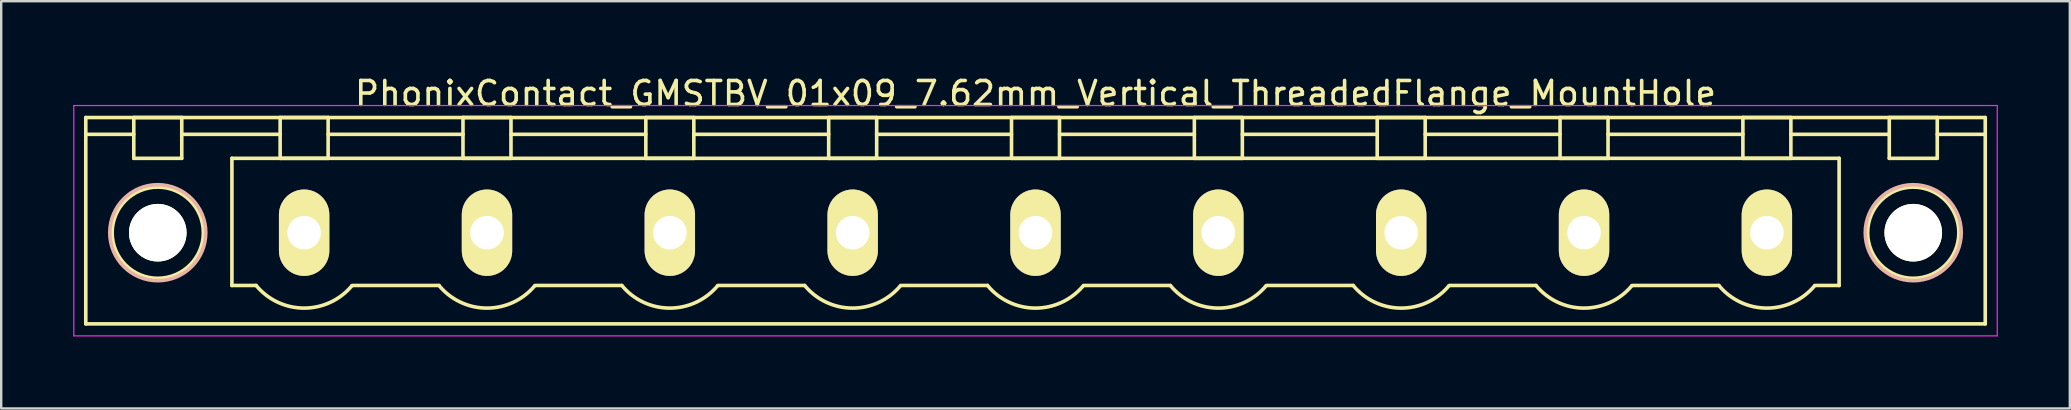
<source format=kicad_pcb>
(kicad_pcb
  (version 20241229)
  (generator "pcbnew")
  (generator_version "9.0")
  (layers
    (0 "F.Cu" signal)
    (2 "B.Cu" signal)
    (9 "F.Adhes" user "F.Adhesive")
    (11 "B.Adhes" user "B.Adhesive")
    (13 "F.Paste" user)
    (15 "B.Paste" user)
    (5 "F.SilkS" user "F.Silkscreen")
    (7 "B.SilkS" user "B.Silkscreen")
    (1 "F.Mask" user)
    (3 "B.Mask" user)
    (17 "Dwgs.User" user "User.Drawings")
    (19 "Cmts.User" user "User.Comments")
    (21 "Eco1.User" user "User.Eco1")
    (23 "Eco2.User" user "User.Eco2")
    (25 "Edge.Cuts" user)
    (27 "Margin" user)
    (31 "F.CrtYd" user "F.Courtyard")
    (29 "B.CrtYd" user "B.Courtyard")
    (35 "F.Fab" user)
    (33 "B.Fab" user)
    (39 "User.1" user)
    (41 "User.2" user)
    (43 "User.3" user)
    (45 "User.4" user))
  (footprint "PhonixContact_GMSTBV_01x09_7.62mm_Vertical_ThreadedFlange_MountHole"
    (layer "F.Cu")
    (at 9.625 6.648)
    (property "Reference" "PhonixContact_GMSTBV_01x09_7.62mm_Vertical_ThreadedFlange_MountHole" (at 30.48 -5.8 0) (layer "F.SilkS") (effects (font (size 1 1) (thickness 0.15))))
    (attr through_hole)
    (fp_line (start -9.1 -4.8) (end -9.1 3.8) (stroke (width 0.15) (type solid)) (layer "F.SilkS"))
    (fp_line (start -9.1 -4.1) (end -7.1 -4.1) (stroke (width 0.15) (type solid)) (layer "F.SilkS"))
    (fp_line (start -9.1 3.8) (end 70.06 3.8) (stroke (width 0.15) (type solid)) (layer "F.SilkS"))
    (fp_line (start -7.1 -4.8) (end -5.1 -4.8) (stroke (width 0.15) (type solid)) (layer "F.SilkS"))
    (fp_line (start -7.1 -3.1) (end -7.1 -4.8) (stroke (width 0.15) (type solid)) (layer "F.SilkS"))
    (fp_line (start -5.1 -4.8) (end -5.1 -3.1) (stroke (width 0.15) (type solid)) (layer "F.SilkS"))
    (fp_line (start -5.1 -4.1) (end -1 -4.1) (stroke (width 0.15) (type solid)) (layer "F.SilkS"))
    (fp_line (start -5.1 -3.1) (end -7.1 -3.1) (stroke (width 0.15) (type solid)) (layer "F.SilkS"))
    (fp_line (start -3.01 -3.1) (end 63.97 -3.1) (stroke (width 0.15) (type solid)) (layer "F.SilkS"))
    (fp_line (start -3.01 2.2) (end -3.01 -3.1) (stroke (width 0.15) (type solid)) (layer "F.SilkS"))
    (fp_line (start -2 2.2) (end -3.01 2.2) (stroke (width 0.15) (type solid)) (layer "F.SilkS"))
    (fp_line (start -1 -4.8) (end 1 -4.8) (stroke (width 0.15) (type solid)) (layer "F.SilkS"))
    (fp_line (start -1 -3.1) (end -1 -4.8) (stroke (width 0.15) (type solid)) (layer "F.SilkS"))
    (fp_line (start 1 -4.8) (end 1 -3.1) (stroke (width 0.15) (type solid)) (layer "F.SilkS"))
    (fp_line (start 1 -4.1) (end 6.62 -4.1) (stroke (width 0.15) (type solid)) (layer "F.SilkS"))
    (fp_line (start 1 -3.1) (end -1 -3.1) (stroke (width 0.15) (type solid)) (layer "F.SilkS"))
    (fp_line (start 2 2.2) (end 5.62 2.2) (stroke (width 0.15) (type solid)) (layer "F.SilkS"))
    (fp_line (start 6.62 -4.8) (end 8.62 -4.8) (stroke (width 0.15) (type solid)) (layer "F.SilkS"))
    (fp_line (start 6.62 -3.1) (end 6.62 -4.8) (stroke (width 0.15) (type solid)) (layer "F.SilkS"))
    (fp_line (start 8.62 -4.8) (end 8.62 -3.1) (stroke (width 0.15) (type solid)) (layer "F.SilkS"))
    (fp_line (start 8.62 -4.1) (end 14.24 -4.1) (stroke (width 0.15) (type solid)) (layer "F.SilkS"))
    (fp_line (start 8.62 -3.1) (end 6.62 -3.1) (stroke (width 0.15) (type solid)) (layer "F.SilkS"))
    (fp_line (start 9.62 2.2) (end 13.24 2.2) (stroke (width 0.15) (type solid)) (layer "F.SilkS"))
    (fp_line (start 14.24 -4.8) (end 16.24 -4.8) (stroke (width 0.15) (type solid)) (layer "F.SilkS"))
    (fp_line (start 14.24 -3.1) (end 14.24 -4.8) (stroke (width 0.15) (type solid)) (layer "F.SilkS"))
    (fp_line (start 16.24 -4.8) (end 16.24 -3.1) (stroke (width 0.15) (type solid)) (layer "F.SilkS"))
    (fp_line (start 16.24 -4.1) (end 21.86 -4.1) (stroke (width 0.15) (type solid)) (layer "F.SilkS"))
    (fp_line (start 16.24 -3.1) (end 14.24 -3.1) (stroke (width 0.15) (type solid)) (layer "F.SilkS"))
    (fp_line (start 17.24 2.2) (end 20.86 2.2) (stroke (width 0.15) (type solid)) (layer "F.SilkS"))
    (fp_line (start 21.86 -4.8) (end 23.86 -4.8) (stroke (width 0.15) (type solid)) (layer "F.SilkS"))
    (fp_line (start 21.86 -3.1) (end 21.86 -4.8) (stroke (width 0.15) (type solid)) (layer "F.SilkS"))
    (fp_line (start 23.86 -4.8) (end 23.86 -3.1) (stroke (width 0.15) (type solid)) (layer "F.SilkS"))
    (fp_line (start 23.86 -4.1) (end 29.48 -4.1) (stroke (width 0.15) (type solid)) (layer "F.SilkS"))
    (fp_line (start 23.86 -3.1) (end 21.86 -3.1) (stroke (width 0.15) (type solid)) (layer "F.SilkS"))
    (fp_line (start 24.86 2.2) (end 28.48 2.2) (stroke (width 0.15) (type solid)) (layer "F.SilkS"))
    (fp_line (start 29.48 -4.8) (end 31.48 -4.8) (stroke (width 0.15) (type solid)) (layer "F.SilkS"))
    (fp_line (start 29.48 -3.1) (end 29.48 -4.8) (stroke (width 0.15) (type solid)) (layer "F.SilkS"))
    (fp_line (start 31.48 -4.8) (end 31.48 -3.1) (stroke (width 0.15) (type solid)) (layer "F.SilkS"))
    (fp_line (start 31.48 -4.1) (end 37.1 -4.1) (stroke (width 0.15) (type solid)) (layer "F.SilkS"))
    (fp_line (start 31.48 -3.1) (end 29.48 -3.1) (stroke (width 0.15) (type solid)) (layer "F.SilkS"))
    (fp_line (start 32.48 2.2) (end 36.1 2.2) (stroke (width 0.15) (type solid)) (layer "F.SilkS"))
    (fp_line (start 37.1 -4.8) (end 39.1 -4.8) (stroke (width 0.15) (type solid)) (layer "F.SilkS"))
    (fp_line (start 37.1 -3.1) (end 37.1 -4.8) (stroke (width 0.15) (type solid)) (layer "F.SilkS"))
    (fp_line (start 39.1 -4.8) (end 39.1 -3.1) (stroke (width 0.15) (type solid)) (layer "F.SilkS"))
    (fp_line (start 39.1 -4.1) (end 44.72 -4.1) (stroke (width 0.15) (type solid)) (layer "F.SilkS"))
    (fp_line (start 39.1 -3.1) (end 37.1 -3.1) (stroke (width 0.15) (type solid)) (layer "F.SilkS"))
    (fp_line (start 40.1 2.2) (end 43.72 2.2) (stroke (width 0.15) (type solid)) (layer "F.SilkS"))
    (fp_line (start 44.72 -4.8) (end 46.72 -4.8) (stroke (width 0.15) (type solid)) (layer "F.SilkS"))
    (fp_line (start 44.72 -3.1) (end 44.72 -4.8) (stroke (width 0.15) (type solid)) (layer "F.SilkS"))
    (fp_line (start 46.72 -4.8) (end 46.72 -3.1) (stroke (width 0.15) (type solid)) (layer "F.SilkS"))
    (fp_line (start 46.72 -4.1) (end 52.34 -4.1) (stroke (width 0.15) (type solid)) (layer "F.SilkS"))
    (fp_line (start 46.72 -3.1) (end 44.72 -3.1) (stroke (width 0.15) (type solid)) (layer "F.SilkS"))
    (fp_line (start 47.72 2.2) (end 51.34 2.2) (stroke (width 0.15) (type solid)) (layer "F.SilkS"))
    (fp_line (start 52.34 -4.8) (end 54.34 -4.8) (stroke (width 0.15) (type solid)) (layer "F.SilkS"))
    (fp_line (start 52.34 -3.1) (end 52.34 -4.8) (stroke (width 0.15) (type solid)) (layer "F.SilkS"))
    (fp_line (start 54.34 -4.8) (end 54.34 -3.1) (stroke (width 0.15) (type solid)) (layer "F.SilkS"))
    (fp_line (start 54.34 -4.1) (end 59.96 -4.1) (stroke (width 0.15) (type solid)) (layer "F.SilkS"))
    (fp_line (start 54.34 -3.1) (end 52.34 -3.1) (stroke (width 0.15) (type solid)) (layer "F.SilkS"))
    (fp_line (start 55.34 2.2) (end 58.96 2.2) (stroke (width 0.15) (type solid)) (layer "F.SilkS"))
    (fp_line (start 59.96 -4.8) (end 61.96 -4.8) (stroke (width 0.15) (type solid)) (layer "F.SilkS"))
    (fp_line (start 59.96 -3.1) (end 59.96 -4.8) (stroke (width 0.15) (type solid)) (layer "F.SilkS"))
    (fp_line (start 61.96 -4.8) (end 61.96 -3.1) (stroke (width 0.15) (type solid)) (layer "F.SilkS"))
    (fp_line (start 61.96 -4.1) (end 66.06 -4.1) (stroke (width 0.15) (type solid)) (layer "F.SilkS"))
    (fp_line (start 61.96 -3.1) (end 59.96 -3.1) (stroke (width 0.15) (type solid)) (layer "F.SilkS"))
    (fp_line (start 63.97 -3.1) (end 63.97 2.2) (stroke (width 0.15) (type solid)) (layer "F.SilkS"))
    (fp_line (start 63.97 2.2) (end 62.96 2.2) (stroke (width 0.15) (type solid)) (layer "F.SilkS"))
    (fp_line (start 66.06 -4.8) (end 68.06 -4.8) (stroke (width 0.15) (type solid)) (layer "F.SilkS"))
    (fp_line (start 66.06 -3.1) (end 66.06 -4.8) (stroke (width 0.15) (type solid)) (layer "F.SilkS"))
    (fp_line (start 68.06 -4.8) (end 68.06 -3.1) (stroke (width 0.15) (type solid)) (layer "F.SilkS"))
    (fp_line (start 68.06 -3.1) (end 66.06 -3.1) (stroke (width 0.15) (type solid)) (layer "F.SilkS"))
    (fp_line (start 70.06 -4.8) (end -9.1 -4.8) (stroke (width 0.15) (type solid)) (layer "F.SilkS"))
    (fp_line (start 70.06 -4.1) (end 68.06 -4.1) (stroke (width 0.15) (type solid)) (layer "F.SilkS"))
    (fp_line (start 70.06 3.8) (end 70.06 -4.8) (stroke (width 0.15) (type solid)) (layer "F.SilkS"))
    (fp_arc (start 1.986842 2.215821) (mid -0.010289 3.142758) (end -2 2.2) (stroke (width 0.15) (type solid)) (layer "F.SilkS"))
    (fp_arc (start 9.606842 2.215821) (mid 7.609711 3.142758) (end 5.62 2.2) (stroke (width 0.15) (type solid)) (layer "F.SilkS"))
    (fp_arc (start 17.226842 2.215821) (mid 15.229711 3.142758) (end 13.24 2.2) (stroke (width 0.15) (type solid)) (layer "F.SilkS"))
    (fp_arc (start 24.846842 2.215821) (mid 22.849711 3.142758) (end 20.86 2.2) (stroke (width 0.15) (type solid)) (layer "F.SilkS"))
    (fp_arc (start 32.466842 2.215821) (mid 30.469711 3.142758) (end 28.48 2.2) (stroke (width 0.15) (type solid)) (layer "F.SilkS"))
    (fp_arc (start 40.086842 2.215821) (mid 38.089711 3.142758) (end 36.1 2.2) (stroke (width 0.15) (type solid)) (layer "F.SilkS"))
    (fp_arc (start 47.706842 2.215821) (mid 45.709711 3.142758) (end 43.72 2.2) (stroke (width 0.15) (type solid)) (layer "F.SilkS"))
    (fp_arc (start 55.326842 2.215821) (mid 53.329711 3.142758) (end 51.34 2.2) (stroke (width 0.15) (type solid)) (layer "F.SilkS"))
    (fp_arc (start 62.946842 2.215821) (mid 60.949711 3.142758) (end 58.96 2.2) (stroke (width 0.15) (type solid)) (layer "F.SilkS"))
    (fp_circle (center -6.1 0) (end -5.1 0) (stroke (width 0.15) (type solid)) (fill no) (layer "F.SilkS"))
    (fp_circle (center -6.1 0) (end -4.2 0) (stroke (width 0.15) (type solid)) (fill no) (layer "F.SilkS"))
    (fp_circle (center 67.06 0) (end 68.06 0) (stroke (width 0.15) (type solid)) (fill no) (layer "F.SilkS"))
    (fp_circle (center 67.06 0) (end 68.96 0) (stroke (width 0.15) (type solid)) (fill no) (layer "F.SilkS"))
    (fp_circle (center -6.1 0) (end -4.1 0) (stroke (width 0.15) (type solid)) (fill no) (layer "B.SilkS"))
    (fp_circle (center 67.06 0) (end 69.06 0) (stroke (width 0.15) (type solid)) (fill no) (layer "B.SilkS"))
    (fp_line (start -9.6 -5.3) (end -9.6 4.3) (stroke (width 0.05) (type solid)) (layer "F.CrtYd"))
    (fp_line (start -9.6 4.3) (end 70.56 4.3) (stroke (width 0.05) (type solid)) (layer "F.CrtYd"))
    (fp_line (start 70.56 -5.3) (end -9.6 -5.3) (stroke (width 0.05) (type solid)) (layer "F.CrtYd"))
    (fp_line (start 70.56 4.3) (end 70.56 -5.3) (stroke (width 0.05) (type solid)) (layer "F.CrtYd"))
    (pad "" np_thru_hole circle (at -6.1 0) (size 2.4 2.4) (drill 2.4) (layers "*.Cu" "*.Mask" "F.SilkS"))
    (pad "" np_thru_hole circle (at 67.06 0) (size 2.4 2.4) (drill 2.4) (layers "*.Cu" "*.Mask" "F.SilkS"))
    (pad "1" thru_hole oval (at 0 0) (size 2.1 3.6) (drill 1.4) (layers "*.Cu" "*.Mask" "F.SilkS"))
    (pad "2" thru_hole oval (at 7.62 0) (size 2.1 3.6) (drill 1.4) (layers "*.Cu" "*.Mask" "F.SilkS"))
    (pad "3" thru_hole oval (at 15.24 0) (size 2.1 3.6) (drill 1.4) (layers "*.Cu" "*.Mask" "F.SilkS"))
    (pad "4" thru_hole oval (at 22.86 0) (size 2.1 3.6) (drill 1.4) (layers "*.Cu" "*.Mask" "F.SilkS"))
    (pad "5" thru_hole oval (at 30.48 0) (size 2.1 3.6) (drill 1.4) (layers "*.Cu" "*.Mask" "F.SilkS"))
    (pad "6" thru_hole oval (at 38.1 0) (size 2.1 3.6) (drill 1.4) (layers "*.Cu" "*.Mask" "F.SilkS"))
    (pad "7" thru_hole oval (at 45.72 0) (size 2.1 3.6) (drill 1.4) (layers "*.Cu" "*.Mask" "F.SilkS"))
    (pad "8" thru_hole oval (at 53.34 0) (size 2.1 3.6) (drill 1.4) (layers "*.Cu" "*.Mask" "F.SilkS"))
    (pad "9" thru_hole oval (at 60.96 0) (size 2.1 3.6) (drill 1.4) (layers "*.Cu" "*.Mask" "F.SilkS")))
  (gr_rect
    (start -3 -3)
    (end 83.21 13.973)
    (stroke (width 0.1) (type default))
    (fill no)
    (layer "Edge.Cuts")))
</source>
